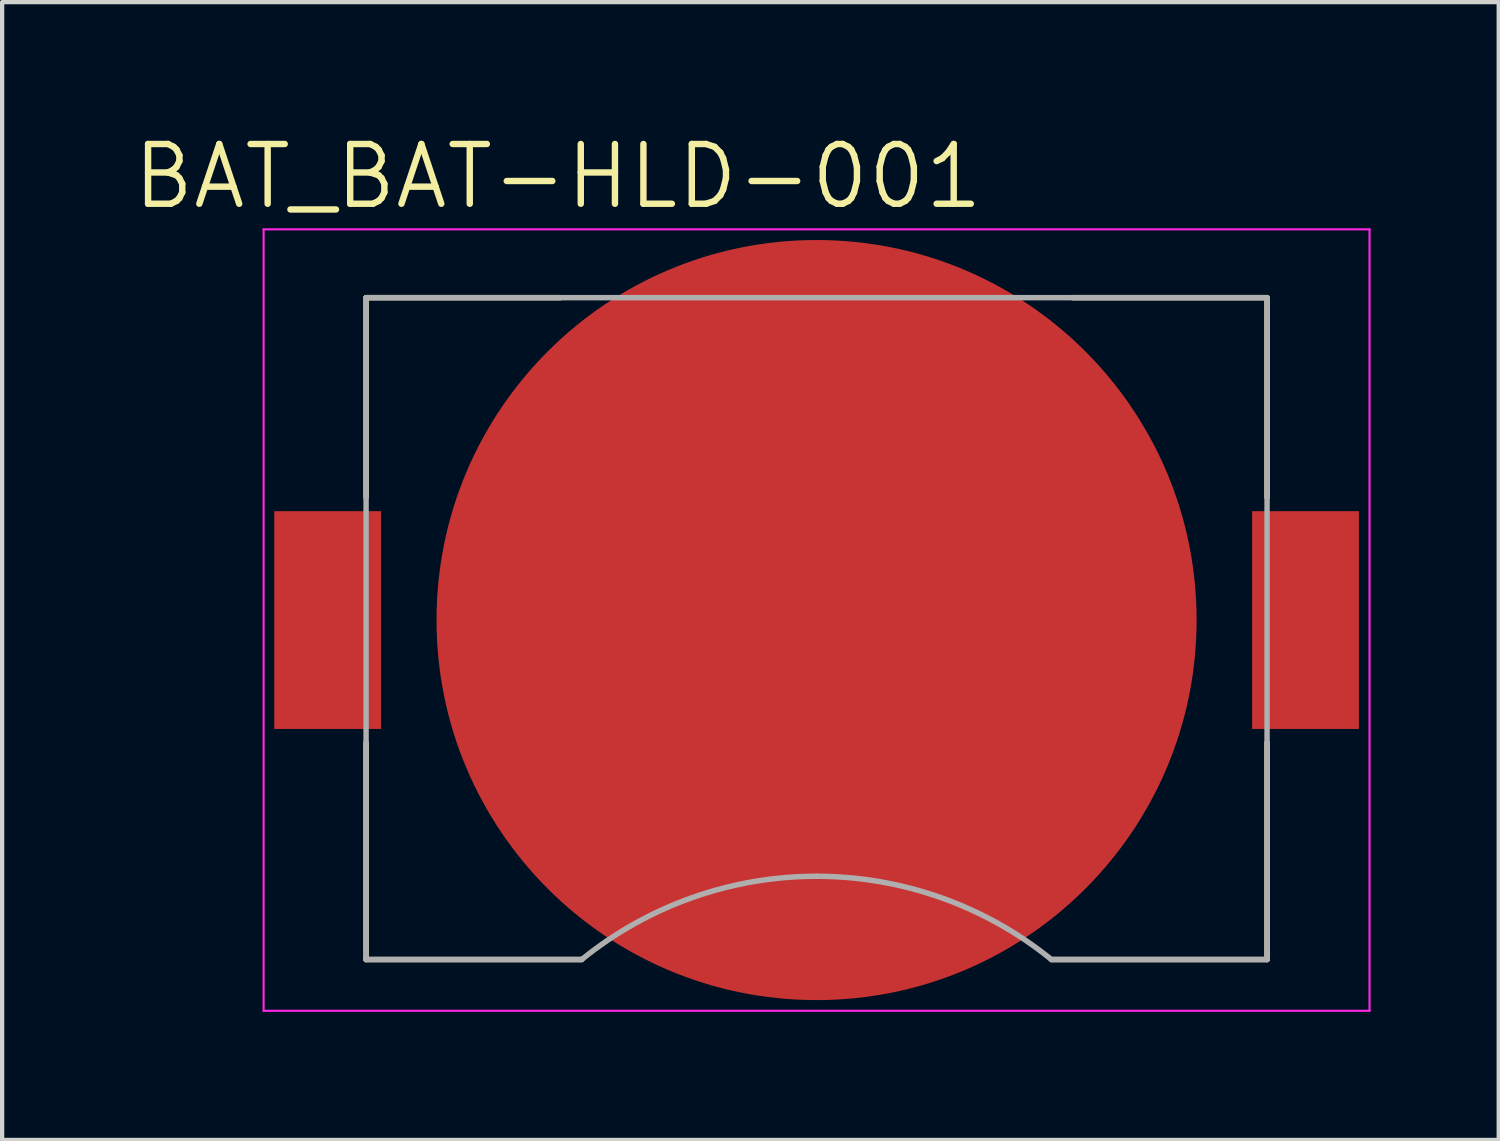
<source format=kicad_pcb>
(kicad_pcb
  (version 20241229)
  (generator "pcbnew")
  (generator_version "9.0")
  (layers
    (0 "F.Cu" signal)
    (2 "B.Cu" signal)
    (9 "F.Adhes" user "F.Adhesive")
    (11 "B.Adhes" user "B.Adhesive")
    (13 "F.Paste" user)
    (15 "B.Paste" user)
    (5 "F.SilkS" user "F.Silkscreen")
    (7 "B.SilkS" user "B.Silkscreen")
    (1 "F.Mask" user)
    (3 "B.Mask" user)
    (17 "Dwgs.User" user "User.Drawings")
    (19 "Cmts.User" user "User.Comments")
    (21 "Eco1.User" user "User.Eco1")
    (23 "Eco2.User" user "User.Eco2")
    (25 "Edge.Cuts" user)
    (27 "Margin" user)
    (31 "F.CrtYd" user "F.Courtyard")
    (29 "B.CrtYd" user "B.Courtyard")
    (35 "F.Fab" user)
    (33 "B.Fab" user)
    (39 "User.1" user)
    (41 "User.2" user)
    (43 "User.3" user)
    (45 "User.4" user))
  (footprint "BAT_BAT-HLD-001"
    (layer "F.Cu")
    (at 16.073 11.471)
    (property "Reference" "BAT_BAT-HLD-001" (at -6.055 -10.389 0) (layer "F.SilkS") (effects (font (size 1.4 1.4) (thickness 0.15))))
    (attr through_hole)
    (fp_line (start -10.55 -7.55) (end -6 -7.55) (stroke (width 0.127) (type solid)) (layer "F.SilkS"))
    (fp_line (start -10.55 -2.87) (end -10.55 -7.55) (stroke (width 0.127) (type solid)) (layer "F.SilkS"))
    (fp_line (start -10.55 2.87) (end -10.55 7.95) (stroke (width 0.127) (type solid)) (layer "F.SilkS"))
    (fp_line (start -10.55 7.95) (end -5.5 7.95) (stroke (width 0.127) (type solid)) (layer "F.SilkS"))
    (fp_line (start 5.5 7.95) (end 10.55 7.95) (stroke (width 0.127) (type solid)) (layer "F.SilkS"))
    (fp_line (start 6 -7.55) (end 10.55 -7.55) (stroke (width 0.127) (type solid)) (layer "F.SilkS"))
    (fp_line (start 10.55 -7.55) (end 10.55 -2.87) (stroke (width 0.127) (type solid)) (layer "F.SilkS"))
    (fp_line (start 10.55 7.95) (end 10.55 2.87) (stroke (width 0.127) (type solid)) (layer "F.SilkS"))
    (fp_line (start -12.95 -9.15) (end 12.95 -9.15) (stroke (width 0.05) (type solid)) (layer "F.CrtYd"))
    (fp_line (start -12.95 9.15) (end -12.95 -9.15) (stroke (width 0.05) (type solid)) (layer "F.CrtYd"))
    (fp_line (start 12.95 -9.15) (end 12.95 9.15) (stroke (width 0.05) (type solid)) (layer "F.CrtYd"))
    (fp_line (start 12.95 9.15) (end -12.95 9.15) (stroke (width 0.05) (type solid)) (layer "F.CrtYd"))
    (fp_line (start -10.55 -7.55) (end 10.55 -7.55) (stroke (width 0.127) (type solid)) (layer "F.Fab"))
    (fp_line (start -10.55 7.95) (end -10.55 -7.55) (stroke (width 0.127) (type solid)) (layer "F.Fab"))
    (fp_line (start -5.5 7.95) (end -10.55 7.95) (stroke (width 0.127) (type solid)) (layer "F.Fab"))
    (fp_line (start 10.55 -7.55) (end 10.55 7.95) (stroke (width 0.127) (type solid)) (layer "F.Fab"))
    (fp_line (start 10.55 7.95) (end 5.5 7.95) (stroke (width 0.127) (type solid)) (layer "F.Fab"))
    (fp_arc (start -5.5 7.95) (mid -2.917726 6.501926) (end 0 6) (stroke (width 0.127) (type solid)) (layer "F.Fab"))
    (fp_arc (start 0 6) (mid 2.917726 6.501926) (end 5.5 7.95) (stroke (width 0.127) (type solid)) (layer "F.Fab"))
    (pad "N1" smd circle (at 0 0) (size 17.8 17.8) (layers "F.Cu" "F.Mask"))
    (pad "P1" smd rect (at -11.45 0) (size 2.5 5.1) (layers "F.Cu" "F.Mask" "F.Paste"))
    (pad "P2" smd rect (at 11.45 0) (size 2.5 5.1) (layers "F.Cu" "F.Mask" "F.Paste")))
  (gr_rect
    (start -3 -3)
    (end 32.048 23.646)
    (stroke (width 0.1) (type default))
    (fill no)
    (layer "Edge.Cuts")))
</source>
